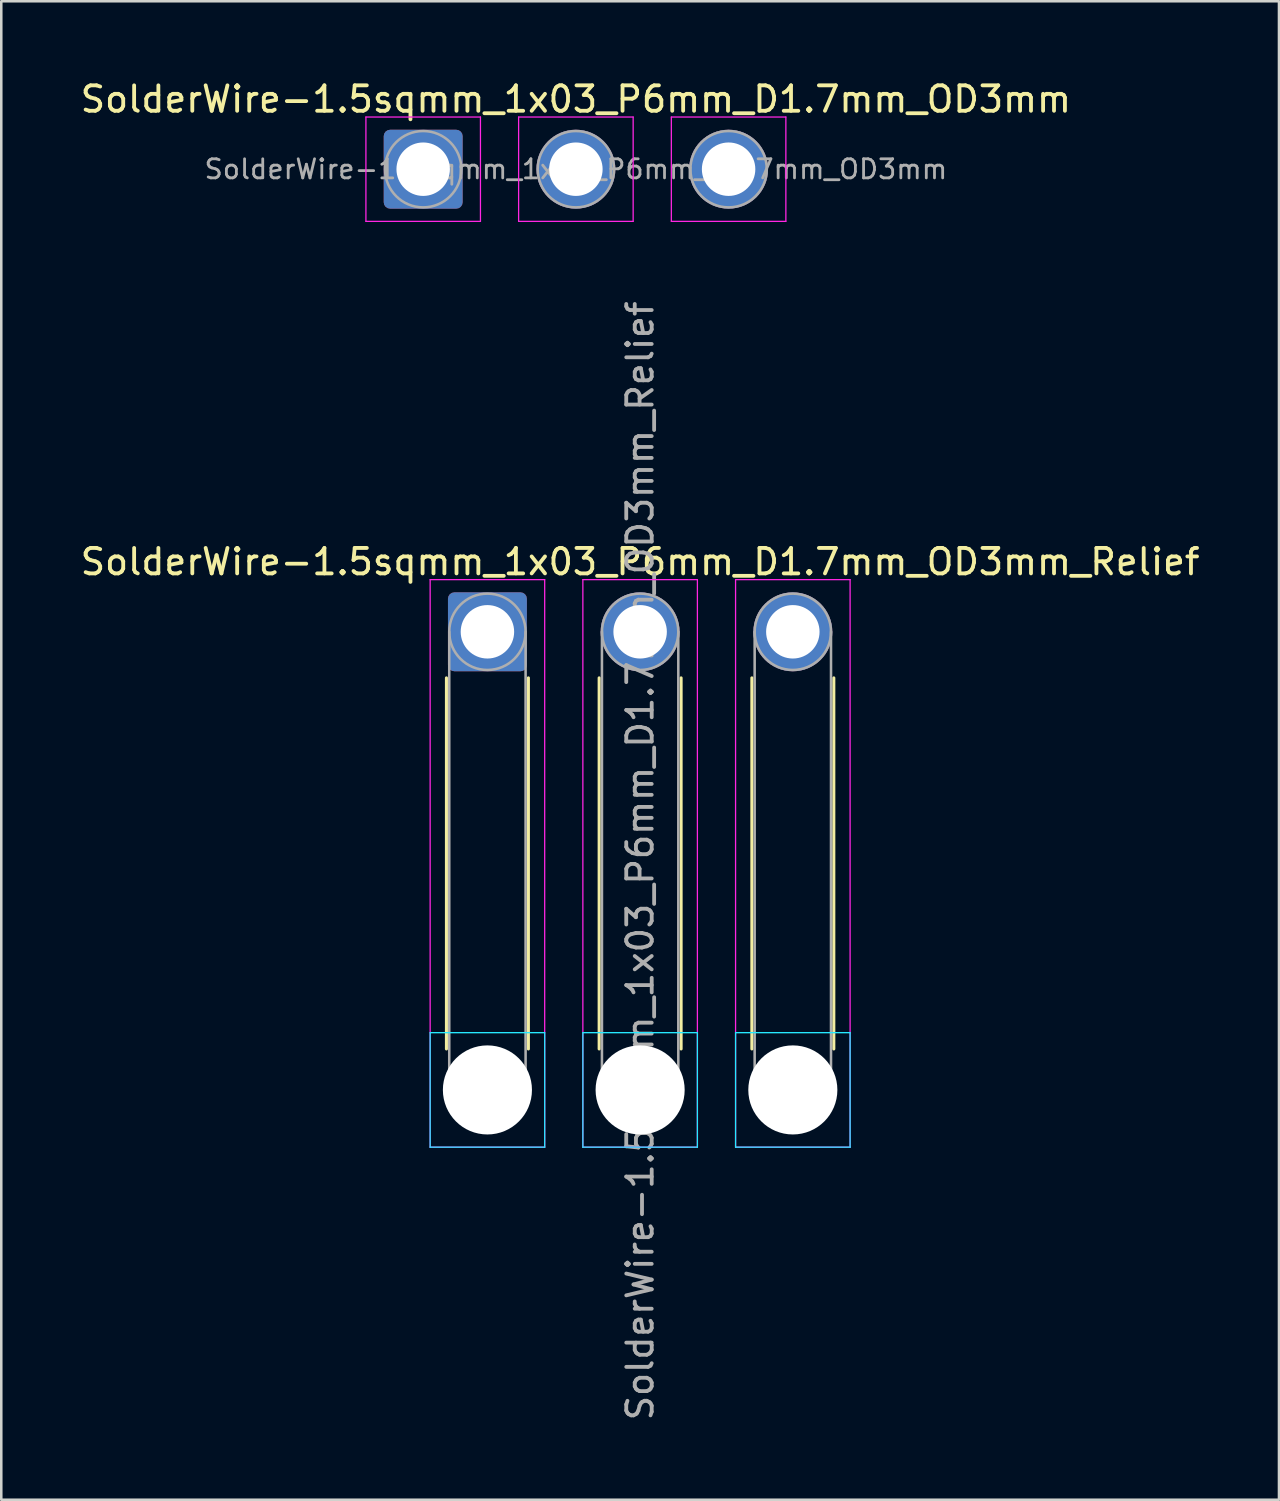
<source format=kicad_pcb>
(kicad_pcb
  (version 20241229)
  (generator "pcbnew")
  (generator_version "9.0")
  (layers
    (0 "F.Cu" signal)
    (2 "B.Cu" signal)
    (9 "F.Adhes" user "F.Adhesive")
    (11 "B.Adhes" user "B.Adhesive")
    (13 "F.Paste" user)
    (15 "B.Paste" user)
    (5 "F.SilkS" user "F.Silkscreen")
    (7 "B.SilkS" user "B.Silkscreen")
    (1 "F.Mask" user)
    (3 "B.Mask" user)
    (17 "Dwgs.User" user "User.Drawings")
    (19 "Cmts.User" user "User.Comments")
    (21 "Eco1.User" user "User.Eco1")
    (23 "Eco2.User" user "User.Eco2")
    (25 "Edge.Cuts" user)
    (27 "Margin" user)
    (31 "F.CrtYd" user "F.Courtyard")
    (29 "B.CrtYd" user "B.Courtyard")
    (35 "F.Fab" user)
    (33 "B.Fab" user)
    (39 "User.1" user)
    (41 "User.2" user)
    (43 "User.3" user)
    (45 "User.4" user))
  (footprint "SolderWire-1.5sqmm_1x03_P6mm_D1.7mm_OD3mm"
    (layer "F.Cu")
    (at 13.577 3.598)
    (property "Reference" "SolderWire-1.5sqmm_1x03_P6mm_D1.7mm_OD3mm" (at 6 -2.75 0) (layer "F.SilkS") (effects (font (size 1 1) (thickness 0.15))))
    (attr exclude_from_pos_files exclude_from_bom)
    (fp_line (start -2.25 -2.05) (end -2.25 2.05) (stroke (width 0.05) (type solid)) (layer "F.CrtYd"))
    (fp_line (start -2.25 2.05) (end 2.25 2.05) (stroke (width 0.05) (type solid)) (layer "F.CrtYd"))
    (fp_line (start 2.25 -2.05) (end -2.25 -2.05) (stroke (width 0.05) (type solid)) (layer "F.CrtYd"))
    (fp_line (start 2.25 2.05) (end 2.25 -2.05) (stroke (width 0.05) (type solid)) (layer "F.CrtYd"))
    (fp_line (start 3.75 -2.05) (end 3.75 2.05) (stroke (width 0.05) (type solid)) (layer "F.CrtYd"))
    (fp_line (start 3.75 2.05) (end 8.25 2.05) (stroke (width 0.05) (type solid)) (layer "F.CrtYd"))
    (fp_line (start 8.25 -2.05) (end 3.75 -2.05) (stroke (width 0.05) (type solid)) (layer "F.CrtYd"))
    (fp_line (start 8.25 2.05) (end 8.25 -2.05) (stroke (width 0.05) (type solid)) (layer "F.CrtYd"))
    (fp_line (start 9.75 -2.05) (end 9.75 2.05) (stroke (width 0.05) (type solid)) (layer "F.CrtYd"))
    (fp_line (start 9.75 2.05) (end 14.25 2.05) (stroke (width 0.05) (type solid)) (layer "F.CrtYd"))
    (fp_line (start 14.25 -2.05) (end 9.75 -2.05) (stroke (width 0.05) (type solid)) (layer "F.CrtYd"))
    (fp_line (start 14.25 2.05) (end 14.25 -2.05) (stroke (width 0.05) (type solid)) (layer "F.CrtYd"))
    (fp_circle (center 0 0) (end 1.5 0) (stroke (width 0.1) (type solid)) (fill no) (layer "F.Fab"))
    (fp_circle (center 6 0) (end 7.5 0) (stroke (width 0.1) (type solid)) (fill no) (layer "F.Fab"))
    (fp_circle (center 12 0) (end 13.5 0) (stroke (width 0.1) (type solid)) (fill no) (layer "F.Fab"))
    (fp_text user "${REFERENCE}" (at 6 0 0) (layer "F.Fab") (effects (font (size 0.75 0.75) (thickness 0.11))))
    (pad "1" thru_hole roundrect (at 0 0) (size 3.1 3.1) (drill 2.1) (layers "*.Cu" "*.Mask") (roundrect_rratio 0.081))
    (pad "2" thru_hole circle (at 6 0) (size 3.1 3.1) (drill 2.1) (layers "*.Cu" "*.Mask"))
    (pad "3" thru_hole circle (at 12 0) (size 3.1 3.1) (drill 2.1) (layers "*.Cu" "*.Mask")))
  (footprint "SolderWire-1.5sqmm_1x03_P6mm_D1.7mm_OD3mm_Relief"
    (layer "F.Cu")
    (at 16.101 21.774)
    (property "Reference" "SolderWire-1.5sqmm_1x03_P6mm_D1.7mm_OD3mm_Relief" (at 6 -2.75 0) (layer "F.SilkS") (effects (font (size 1 1) (thickness 0.15))))
    (attr exclude_from_pos_files exclude_from_bom)
    (fp_line (start -1.61 1.81) (end -1.61 16.39) (stroke (width 0.12) (type solid)) (layer "F.SilkS"))
    (fp_line (start 1.61 1.81) (end 1.61 16.39) (stroke (width 0.12) (type solid)) (layer "F.SilkS"))
    (fp_line (start 4.39 1.81) (end 4.39 16.39) (stroke (width 0.12) (type solid)) (layer "F.SilkS"))
    (fp_line (start 7.61 1.81) (end 7.61 16.39) (stroke (width 0.12) (type solid)) (layer "F.SilkS"))
    (fp_line (start 10.39 1.81) (end 10.39 16.39) (stroke (width 0.12) (type solid)) (layer "F.SilkS"))
    (fp_line (start 13.61 1.81) (end 13.61 16.39) (stroke (width 0.12) (type solid)) (layer "F.SilkS"))
    (fp_line (start -2.25 15.75) (end -2.25 20.25) (stroke (width 0.05) (type solid)) (layer "B.CrtYd"))
    (fp_line (start -2.25 20.25) (end 2.25 20.25) (stroke (width 0.05) (type solid)) (layer "B.CrtYd"))
    (fp_line (start 2.25 15.75) (end -2.25 15.75) (stroke (width 0.05) (type solid)) (layer "B.CrtYd"))
    (fp_line (start 2.25 20.25) (end 2.25 15.75) (stroke (width 0.05) (type solid)) (layer "B.CrtYd"))
    (fp_line (start 3.75 15.75) (end 3.75 20.25) (stroke (width 0.05) (type solid)) (layer "B.CrtYd"))
    (fp_line (start 3.75 20.25) (end 8.25 20.25) (stroke (width 0.05) (type solid)) (layer "B.CrtYd"))
    (fp_line (start 8.25 15.75) (end 3.75 15.75) (stroke (width 0.05) (type solid)) (layer "B.CrtYd"))
    (fp_line (start 8.25 20.25) (end 8.25 15.75) (stroke (width 0.05) (type solid)) (layer "B.CrtYd"))
    (fp_line (start 9.75 15.75) (end 9.75 20.25) (stroke (width 0.05) (type solid)) (layer "B.CrtYd"))
    (fp_line (start 9.75 20.25) (end 14.25 20.25) (stroke (width 0.05) (type solid)) (layer "B.CrtYd"))
    (fp_line (start 14.25 15.75) (end 9.75 15.75) (stroke (width 0.05) (type solid)) (layer "B.CrtYd"))
    (fp_line (start 14.25 20.25) (end 14.25 15.75) (stroke (width 0.05) (type solid)) (layer "B.CrtYd"))
    (fp_line (start -2.25 -2.05) (end -2.25 20.25) (stroke (width 0.05) (type solid)) (layer "F.CrtYd"))
    (fp_line (start -2.25 20.25) (end 2.25 20.25) (stroke (width 0.05) (type solid)) (layer "F.CrtYd"))
    (fp_line (start 2.25 -2.05) (end -2.25 -2.05) (stroke (width 0.05) (type solid)) (layer "F.CrtYd"))
    (fp_line (start 2.25 20.25) (end 2.25 -2.05) (stroke (width 0.05) (type solid)) (layer "F.CrtYd"))
    (fp_line (start 3.75 -2.05) (end 3.75 20.25) (stroke (width 0.05) (type solid)) (layer "F.CrtYd"))
    (fp_line (start 3.75 20.25) (end 8.25 20.25) (stroke (width 0.05) (type solid)) (layer "F.CrtYd"))
    (fp_line (start 8.25 -2.05) (end 3.75 -2.05) (stroke (width 0.05) (type solid)) (layer "F.CrtYd"))
    (fp_line (start 8.25 20.25) (end 8.25 -2.05) (stroke (width 0.05) (type solid)) (layer "F.CrtYd"))
    (fp_line (start 9.75 -2.05) (end 9.75 20.25) (stroke (width 0.05) (type solid)) (layer "F.CrtYd"))
    (fp_line (start 9.75 20.25) (end 14.25 20.25) (stroke (width 0.05) (type solid)) (layer "F.CrtYd"))
    (fp_line (start 14.25 -2.05) (end 9.75 -2.05) (stroke (width 0.05) (type solid)) (layer "F.CrtYd"))
    (fp_line (start 14.25 20.25) (end 14.25 -2.05) (stroke (width 0.05) (type solid)) (layer "F.CrtYd"))
    (fp_line (start -1.5 0) (end -1.5 18) (stroke (width 0.1) (type solid)) (layer "F.Fab"))
    (fp_line (start 1.5 0) (end 1.5 18) (stroke (width 0.1) (type solid)) (layer "F.Fab"))
    (fp_line (start 4.5 0) (end 4.5 18) (stroke (width 0.1) (type solid)) (layer "F.Fab"))
    (fp_line (start 7.5 0) (end 7.5 18) (stroke (width 0.1) (type solid)) (layer "F.Fab"))
    (fp_line (start 10.5 0) (end 10.5 18) (stroke (width 0.1) (type solid)) (layer "F.Fab"))
    (fp_line (start 13.5 0) (end 13.5 18) (stroke (width 0.1) (type solid)) (layer "F.Fab"))
    (fp_circle (center 0 0) (end 1.5 0) (stroke (width 0.1) (type solid)) (fill no) (layer "F.Fab"))
    (fp_circle (center 0 18) (end 1.5 18) (stroke (width 0.1) (type solid)) (fill no) (layer "F.Fab"))
    (fp_circle (center 6 0) (end 7.5 0) (stroke (width 0.1) (type solid)) (fill no) (layer "F.Fab"))
    (fp_circle (center 6 18) (end 7.5 18) (stroke (width 0.1) (type solid)) (fill no) (layer "F.Fab"))
    (fp_circle (center 12 0) (end 13.5 0) (stroke (width 0.1) (type solid)) (fill no) (layer "F.Fab"))
    (fp_circle (center 12 18) (end 13.5 18) (stroke (width 0.1) (type solid)) (fill no) (layer "F.Fab"))
    (fp_text user "${REFERENCE}" (at 6 9 90) (layer "F.Fab") (effects (font (size 1 1) (thickness 0.15))))
    (pad "" np_thru_hole circle (at 0 18) (size 3.5 3.5) (drill 3.5) (layers "*.Cu" "*.Mask"))
    (pad "" np_thru_hole circle (at 6 18) (size 3.5 3.5) (drill 3.5) (layers "*.Cu" "*.Mask"))
    (pad "" np_thru_hole circle (at 12 18) (size 3.5 3.5) (drill 3.5) (layers "*.Cu" "*.Mask"))
    (pad "1" thru_hole roundrect (at 0 0) (size 3.1 3.1) (drill 2.1) (layers "*.Cu" "*.Mask") (roundrect_rratio 0.081))
    (pad "2" thru_hole circle (at 6 0) (size 3.1 3.1) (drill 2.1) (layers "*.Cu" "*.Mask"))
    (pad "3" thru_hole circle (at 12 0) (size 3.1 3.1) (drill 2.1) (layers "*.Cu" "*.Mask")))
  (gr_rect
    (start -3 -3)
    (end 47.202 55.876)
    (stroke (width 0.1) (type default))
    (fill no)
    (layer "Edge.Cuts")))
</source>
